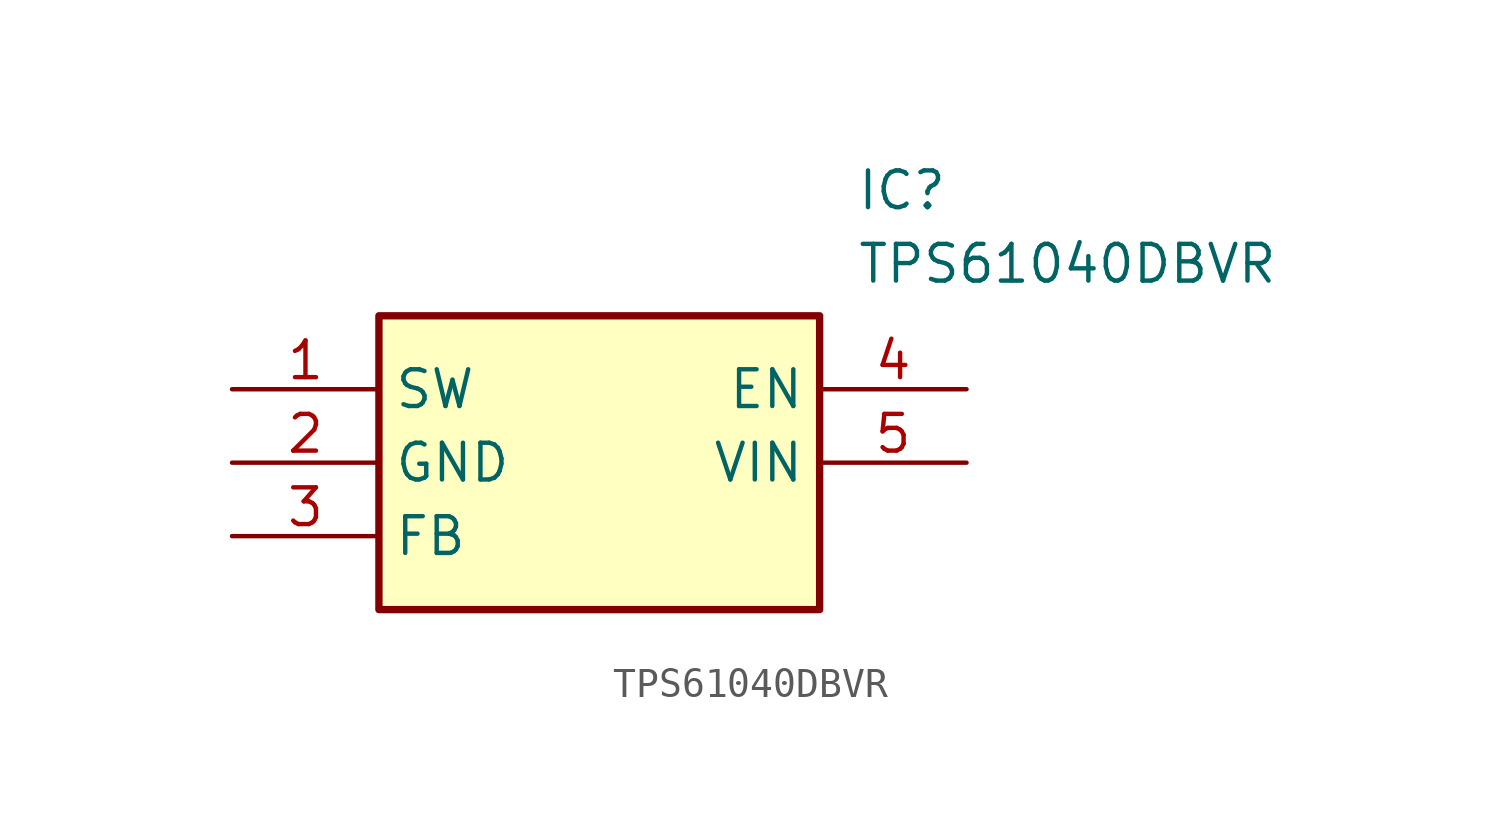
<source format=kicad_sym>
(kicad_symbol_lib
  (version 20211014)
  (generator SamacSys_ECAD_Model)
  (symbol "TPS61040DBVR"
    (property "Reference" "IC"
      (at 21.59 7.62 0)
      (effects (font (size 1.27 1.27)) (justify left top)))
    (property "Value" "TPS61040DBVR"
      (at 21.59 5.08 0)
      (effects (font (size 1.27 1.27)) (justify left top)))
    (rectangle
      (start 5.08 2.54)
      (end 20.32 -7.62)
      (stroke (width 0.254) (type default))
      (fill (type background)))
    (pin passive line
      (at 0 0 0)
      (length 5.08)
      (name "SW" (effects (font (size 1.27 1.27))))
      (number "1" (effects (font (size 1.27 1.27)))))
    (pin passive line
      (at 0 -2.54 0)
      (length 5.08)
      (name "GND" (effects (font (size 1.27 1.27))))
      (number "2" (effects (font (size 1.27 1.27)))))
    (pin power_in line
      (at 0 -5.08 0)
      (length 5.08)
      (name "FB" (effects (font (size 1.27 1.27))))
      (number "3" (effects (font (size 1.27 1.27)))))
    (pin passive line
      (at 25.4 0 180)
      (length 5.08)
      (name "EN" (effects (font (size 1.27 1.27))))
      (number "4" (effects (font (size 1.27 1.27)))))
    (pin input line
      (at 25.4 -2.54 180)
      (length 5.08)
      (name "VIN" (effects (font (size 1.27 1.27))))
      (number "5" (effects (font (size 1.27 1.27)))))))
</source>
